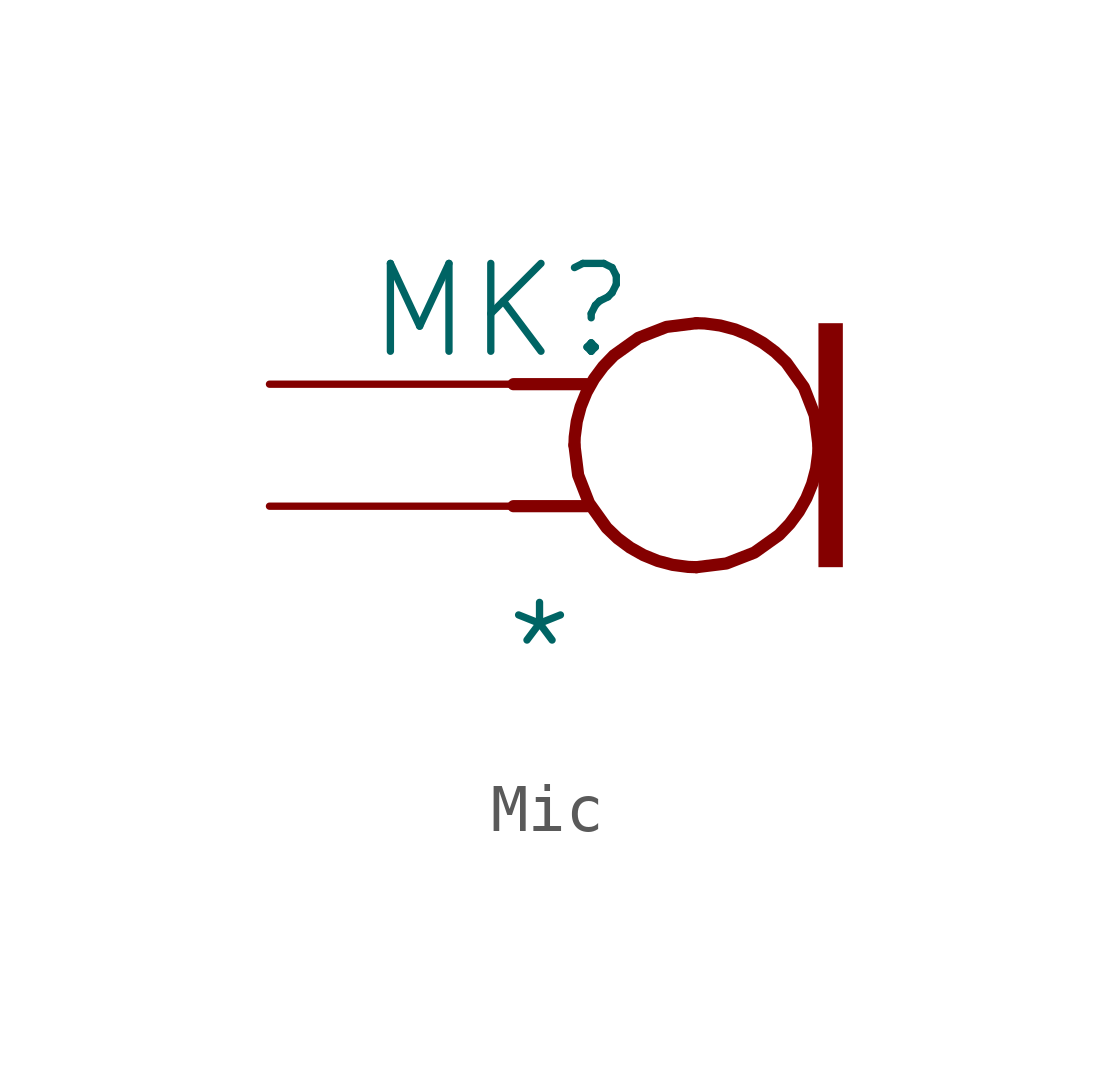
<source format=kicad_sym>
(kicad_symbol_lib
  (version 20231120)
  (generator "kicad_symbol_editor")
  (generator_version "8.0")
  (symbol "Mic"
    (property "Reference" "MK"
      (at -0.254 -1.016 0)
      (effects (font (size 1.829 1.829))))
    (property "Value" "*"
      (at -0.254 -9.144 0)
      (effects (font (size 1.829 1.829)) (justify left bottom)))
    (symbol "Mic_1_0"
      (polyline (pts (xy 0 -5.08) (xy 1.524 -5.08)) (stroke (width 0.254) (type solid)) (fill (type none)))
      (polyline (pts (xy 0 -2.54) (xy 1.524 -2.54)) (stroke (width 0.254) (type solid)) (fill (type none)))
      (polyline (pts (xy 6.35 -1.27) (xy 6.858 -1.27) (xy 6.858 -6.35) (xy 6.35 -6.35) (xy 6.35 -1.27)) (stroke (width -0.0001) (type solid)) (fill (type outline)))
      (bezier (pts (xy 1.27 -3.81) (xy 1.27 -5.213) (xy 2.407 -6.35) (xy 3.81 -6.35)) (stroke (width 0.254) (type solid)) (fill (type none)))
      (bezier (pts (xy 3.81 -6.35) (xy 5.213 -6.35) (xy 6.35 -5.213) (xy 6.35 -3.81)) (stroke (width 0.254) (type solid)) (fill (type none)))
      (bezier (pts (xy 3.81 -1.27) (xy 2.407 -1.27) (xy 1.27 -2.407) (xy 1.27 -3.81)) (stroke (width 0.254) (type solid)) (fill (type none)))
      (bezier (pts (xy 6.35 -3.81) (xy 6.35 -2.407) (xy 5.213 -1.27) (xy 3.81 -1.27)) (stroke (width 0.254) (type solid)) (fill (type none)))
      (pin passive line (at -5.08 -2.54 0) (length 5.08) (name "1" (effects (font (size 0 0)))) (number "1" (effects (font (size 0 0)))))
      (pin passive line (at -5.08 -5.08 0) (length 5.08) (name "2" (effects (font (size 0 0)))) (number "2" (effects (font (size 0 0))))))))
</source>
